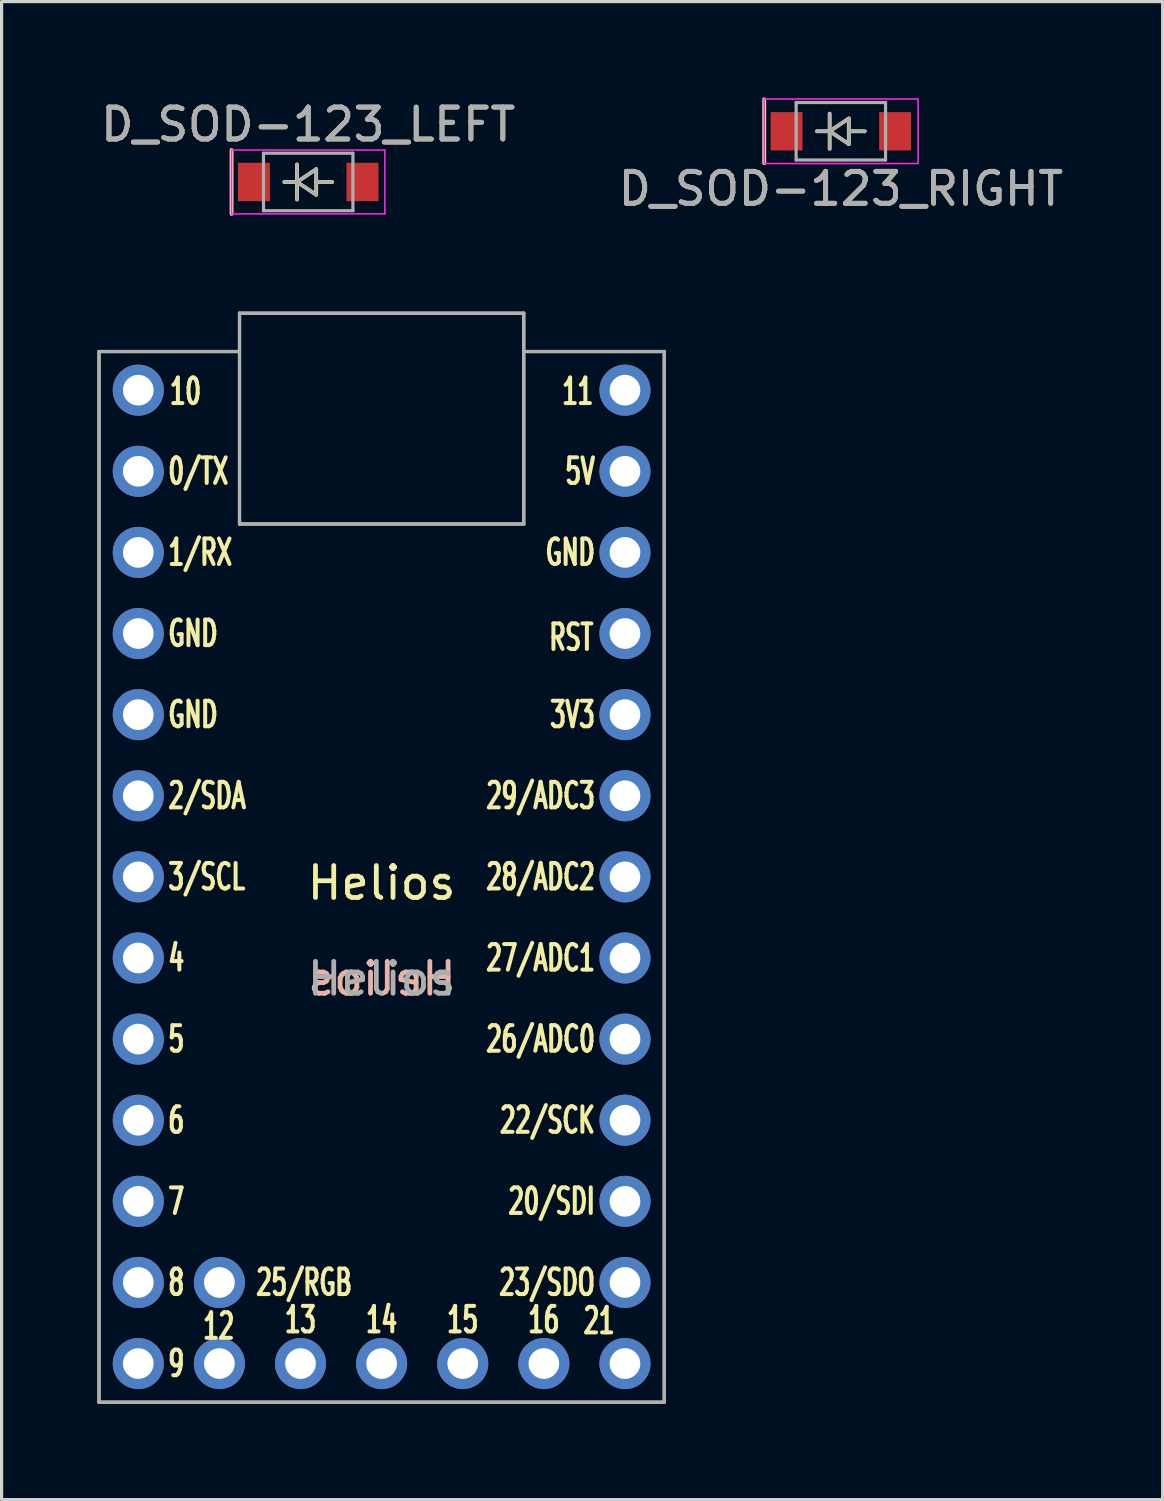
<source format=kicad_pcb>
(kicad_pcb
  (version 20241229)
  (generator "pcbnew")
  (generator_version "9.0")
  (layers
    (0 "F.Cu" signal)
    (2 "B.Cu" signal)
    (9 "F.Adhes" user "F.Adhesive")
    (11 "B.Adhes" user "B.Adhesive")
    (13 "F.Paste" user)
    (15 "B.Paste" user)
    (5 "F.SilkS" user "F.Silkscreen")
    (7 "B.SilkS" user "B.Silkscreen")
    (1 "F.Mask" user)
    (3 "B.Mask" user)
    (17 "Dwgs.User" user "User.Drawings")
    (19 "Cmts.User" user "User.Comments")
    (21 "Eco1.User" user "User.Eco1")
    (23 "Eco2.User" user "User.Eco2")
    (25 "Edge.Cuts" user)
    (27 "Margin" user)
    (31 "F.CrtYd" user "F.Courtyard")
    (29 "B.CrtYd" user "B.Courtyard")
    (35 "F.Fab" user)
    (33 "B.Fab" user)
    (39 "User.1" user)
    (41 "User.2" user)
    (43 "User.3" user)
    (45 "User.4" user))
  (footprint "D_SOD-123_RIGHT"
    (layer "F.Cu")
    (at 23.28 1.06)
    (property "Reference" "D_SOD-123_RIGHT" (at 0 1.8 0) (layer "F.SilkS") (effects (font (size 1 1) (thickness 0.15))))
    (attr smd)
    (fp_line (start -2.4 -1) (end -2.4 1) (stroke (width 0.12) (type default)) (layer "F.SilkS"))
    (fp_line (start -0.75 0) (end -0.35 0) (stroke (width 0.12) (type default)) (layer "F.SilkS"))
    (fp_line (start -0.35 -0.55) (end -0.35 0.55) (stroke (width 0.12) (type default)) (layer "F.SilkS"))
    (fp_line (start -0.35 0) (end 0.25 -0.4) (stroke (width 0.12) (type default)) (layer "F.SilkS"))
    (fp_line (start 0.25 -0.4) (end 0.25 0.4) (stroke (width 0.12) (type default)) (layer "F.SilkS"))
    (fp_line (start 0.25 0.4) (end -0.35 0) (stroke (width 0.12) (type default)) (layer "F.SilkS"))
    (fp_line (start 0.75 0) (end 0.25 0) (stroke (width 0.12) (type default)) (layer "F.SilkS"))
    (fp_rect (start -2.4 -1.01) (end 2.42 1.01) (stroke (width 0.05) (type default)) (fill no) (layer "F.CrtYd"))
    (fp_line (start -1.4 -0.9) (end 1.4 -0.9) (stroke (width 0.1) (type solid)) (layer "F.Fab"))
    (fp_line (start -1.4 0.9) (end -1.4 -0.9) (stroke (width 0.1) (type solid)) (layer "F.Fab"))
    (fp_line (start -0.75 0) (end -0.35 0) (stroke (width 0.1) (type solid)) (layer "F.Fab"))
    (fp_line (start -0.35 0) (end -0.35 -0.55) (stroke (width 0.1) (type solid)) (layer "F.Fab"))
    (fp_line (start -0.35 0) (end -0.35 0.55) (stroke (width 0.1) (type solid)) (layer "F.Fab"))
    (fp_line (start -0.35 0) (end 0.25 -0.4) (stroke (width 0.1) (type solid)) (layer "F.Fab"))
    (fp_line (start 0.25 -0.4) (end 0.25 0.4) (stroke (width 0.1) (type solid)) (layer "F.Fab"))
    (fp_line (start 0.25 0) (end 0.75 0) (stroke (width 0.1) (type solid)) (layer "F.Fab"))
    (fp_line (start 0.25 0.4) (end -0.35 0) (stroke (width 0.1) (type solid)) (layer "F.Fab"))
    (fp_line (start 1.4 -0.9) (end 1.4 0.9) (stroke (width 0.1) (type solid)) (layer "F.Fab"))
    (fp_line (start 1.4 0.9) (end -1.4 0.9) (stroke (width 0.1) (type solid)) (layer "F.Fab"))
    (fp_text user "${REFERENCE}" (at 0 1.8 0) (layer "F.Fab") (effects (font (size 1 1) (thickness 0.15))))
    (pad "1" smd rect (at -1.7 0) (size 1 1.2) (layers "F.Cu" "F.Mask" "F.Paste"))
    (pad "2" smd rect (at 1.7 0) (size 1 1.2) (layers "F.Cu" "F.Mask" "F.Paste")))
  (footprint "Helios"
    (layer "F.Cu")
    (at 8.9 24.408)
    (property "Reference" "Helios" (at 0 0.19 0) (unlocked yes) (layer "F.SilkS") (effects (font (size 1 1) (thickness 0.15))))
    (attr through_hole)
    (fp_line (start -8.85 -16.45) (end -8.85 16.45) (stroke (width 0.1) (type default)) (layer "F.SilkS"))
    (fp_line (start -8.85 -16.45) (end -4.45 -16.45) (stroke (width 0.1) (type default)) (layer "F.SilkS"))
    (fp_line (start -8.85 16.45) (end 8.85 16.45) (stroke (width 0.1) (type default)) (layer "F.SilkS"))
    (fp_line (start -4.45 -17.65) (end 4.45 -17.65) (stroke (width 0.1) (type default)) (layer "F.SilkS"))
    (fp_line (start -4.45 -11.05) (end -4.45 -17.65) (stroke (width 0.1) (type default)) (layer "F.SilkS"))
    (fp_line (start 4.45 -17.65) (end 4.45 -11.05) (stroke (width 0.1) (type default)) (layer "F.SilkS"))
    (fp_line (start 4.45 -11.05) (end -4.45 -11.05) (stroke (width 0.1) (type default)) (layer "F.SilkS"))
    (fp_line (start 8.85 -16.45) (end 4.45 -16.45) (stroke (width 0.1) (type default)) (layer "F.SilkS"))
    (fp_line (start 8.85 16.45) (end 8.85 -16.45) (stroke (width 0.1) (type default)) (layer "F.SilkS"))
    (fp_line (start -8.85 -16.45) (end -8.85 16.45) (stroke (width 0.1) (type default)) (layer "F.Fab"))
    (fp_line (start -8.85 -16.45) (end -4.45 -16.45) (stroke (width 0.1) (type default)) (layer "F.Fab"))
    (fp_line (start -8.85 16.45) (end 8.85 16.45) (stroke (width 0.1) (type default)) (layer "F.Fab"))
    (fp_line (start -4.45 -17.65) (end 4.45 -17.65) (stroke (width 0.1) (type default)) (layer "F.Fab"))
    (fp_line (start -4.45 -11.05) (end -4.45 -17.65) (stroke (width 0.1) (type default)) (layer "F.Fab"))
    (fp_line (start 4.45 -17.65) (end 4.45 -11.05) (stroke (width 0.1) (type default)) (layer "F.Fab"))
    (fp_line (start 4.45 -11.05) (end -4.45 -11.05) (stroke (width 0.1) (type default)) (layer "F.Fab"))
    (fp_line (start 8.85 -16.45) (end 4.45 -16.45) (stroke (width 0.1) (type default)) (layer "F.Fab"))
    (fp_line (start 8.85 16.45) (end 8.85 -16.45) (stroke (width 0.1) (type default)) (layer "F.Fab"))
    (fp_text user "9" (at -6.75 15.24 0) (layer "F.SilkS") (effects (font (size 0.8 0.5) (thickness 0.125)) (justify left)))
    (fp_text user "20/SDI" (at 6.75 10.16 0) (layer "F.SilkS") (effects (font (size 0.8 0.5) (thickness 0.125)) (justify right)))
    (fp_text user "3/SCL" (at -6.75 0 0) (layer "F.SilkS") (effects (font (size 0.8 0.5) (thickness 0.125)) (justify left)))
    (fp_text user "12" (at -5.1 14.07 0) (layer "F.SilkS") (effects (font (size 0.8 0.5) (thickness 0.125))))
    (fp_text user "29/ADC3" (at 6.75 -2.54 0) (layer "F.SilkS") (effects (font (size 0.8 0.5) (thickness 0.125)) (justify right)))
    (fp_text user "3V3" (at 6.75 -5.08 0) (layer "F.SilkS") (effects (font (size 0.8 0.5) (thickness 0.125)) (justify right)))
    (fp_text user "1/RX" (at -6.75 -10.16 0) (layer "F.SilkS") (effects (font (size 0.8 0.5) (thickness 0.125)) (justify left)))
    (fp_text user "22/SCK" (at 6.75 7.62 0) (layer "F.SilkS") (effects (font (size 0.8 0.5) (thickness 0.125)) (justify right)))
    (fp_text user "28/ADC2" (at 6.75 0 0) (layer "F.SilkS") (effects (font (size 0.8 0.5) (thickness 0.125)) (justify right)))
    (fp_text user "16" (at 5.08 13.87 0) (layer "F.SilkS") (effects (font (size 0.8 0.5) (thickness 0.125))))
    (fp_text user "RST" (at 6.7 -7.5 0) (layer "F.SilkS") (effects (font (size 0.8 0.5) (thickness 0.125)) (justify right)))
    (fp_text user "13" (at -2.54 13.87 0) (layer "F.SilkS") (effects (font (size 0.8 0.5) (thickness 0.125))))
    (fp_text user "15" (at 2.54 13.87 0) (layer "F.SilkS") (effects (font (size 0.8 0.5) (thickness 0.125))))
    (fp_text user "GND" (at 6.75 -10.16 0) (layer "F.SilkS") (effects (font (size 0.8 0.5) (thickness 0.125)) (justify right)))
    (fp_text user "7" (at -6.75 10.16 0) (layer "F.SilkS") (effects (font (size 0.8 0.5) (thickness 0.125)) (justify left)))
    (fp_text user "27/ADC1" (at 6.75 2.54 0) (layer "F.SilkS") (effects (font (size 0.8 0.5) (thickness 0.125)) (justify right)))
    (fp_text user "5V" (at 6.75 -12.7 0) (unlocked yes) (layer "F.SilkS") (effects (font (size 0.8 0.5) (thickness 0.125)) (justify right)))
    (fp_text user "GND" (at -6.75 -5.08 0) (layer "F.SilkS") (effects (font (size 0.8 0.5) (thickness 0.125)) (justify left)))
    (fp_text user "2/SDA" (at -6.75 -2.54 0) (layer "F.SilkS") (effects (font (size 0.8 0.5) (thickness 0.125)) (justify left)))
    (fp_text user "11" (at 6.7 -15.2 0) (unlocked yes) (layer "F.SilkS") (effects (font (size 0.8 0.5) (thickness 0.125)) (justify right)))
    (fp_text user "4" (at -6.75 2.54 0) (layer "F.SilkS") (effects (font (size 0.8 0.5) (thickness 0.125)) (justify left)))
    (fp_text user "8" (at -6.75 12.7 0) (layer "F.SilkS") (effects (font (size 0.8 0.5) (thickness 0.125)) (justify left)))
    (fp_text user "0/TX" (at -6.75 -12.7 0) (layer "F.SilkS") (effects (font (size 0.8 0.5) (thickness 0.125)) (justify left)))
    (fp_text user "5" (at -6.75 5.08 0) (layer "F.SilkS") (effects (font (size 0.8 0.5) (thickness 0.125)) (justify left)))
    (fp_text user "23/SDO" (at 6.75 12.7 0) (layer "F.SilkS") (effects (font (size 0.8 0.5) (thickness 0.125)) (justify right)))
    (fp_text user "21" (at 6.25 13.9 0) (layer "F.SilkS") (effects (font (size 0.8 0.5) (thickness 0.125)) (justify left)))
    (fp_text user "26/ADC0" (at 6.75 5.08 0) (layer "F.SilkS") (effects (font (size 0.8 0.5) (thickness 0.125)) (justify right)))
    (fp_text user "25/RGB" (at -4 12.7 0) (layer "F.SilkS") (effects (font (size 0.8 0.5) (thickness 0.125)) (justify left)))
    (fp_text user "6" (at -6.75 7.62 0) (layer "F.SilkS") (effects (font (size 0.8 0.5) (thickness 0.125)) (justify left)))
    (fp_text user "14" (at 0 13.87 0) (layer "F.SilkS") (effects (font (size 0.8 0.5) (thickness 0.125))))
    (fp_text user "GND" (at -6.75 -7.62 0) (layer "F.SilkS") (effects (font (size 0.8 0.5) (thickness 0.125)) (justify left)))
    (fp_text user "10" (at -6.7 -15.2 0) (layer "F.SilkS") (effects (font (size 0.8 0.5) (thickness 0.125)) (justify left)))
    (fp_text user "${REFERENCE}" (at 0.01 3.19 0) (unlocked yes) (layer "B.SilkS") (effects (font (size 1 1) (thickness 0.15)) (justify mirror)))
    (fp_text user "${REFERENCE}" (at 0 3.19 0) (unlocked yes) (layer "F.Fab") (effects (font (size 1 1) (thickness 0.15))))
    (pad "1" thru_hole circle (at -7.62 -15.24) (size 1.6 1.6) (drill 0.96) (layers "*.Cu" "*.Mask"))
    (pad "2" thru_hole circle (at -7.62 -12.7) (size 1.6 1.6) (drill 0.96) (layers "*.Cu" "*.Mask"))
    (pad "3" thru_hole circle (at -7.62 -10.16) (size 1.6 1.6) (drill 0.96) (layers "*.Cu" "*.Mask"))
    (pad "4" thru_hole circle (at -7.62 -7.62) (size 1.6 1.6) (drill 0.96) (layers "*.Cu" "*.Mask"))
    (pad "5" thru_hole circle (at -7.62 -5.08) (size 1.6 1.6) (drill 0.96) (layers "*.Cu" "*.Mask"))
    (pad "6" thru_hole circle (at -7.62 -2.54) (size 1.6 1.6) (drill 0.96) (layers "*.Cu" "*.Mask"))
    (pad "7" thru_hole circle (at -7.62 0) (size 1.6 1.6) (drill 0.96) (layers "*.Cu" "*.Mask"))
    (pad "8" thru_hole circle (at -7.62 2.54) (size 1.6 1.6) (drill 0.96) (layers "*.Cu" "*.Mask"))
    (pad "9" thru_hole circle (at -7.62 5.08) (size 1.6 1.6) (drill 0.96) (layers "*.Cu" "*.Mask"))
    (pad "10" thru_hole circle (at -7.62 7.62) (size 1.6 1.6) (drill 0.96) (layers "*.Cu" "*.Mask"))
    (pad "11" thru_hole circle (at -7.62 10.16) (size 1.6 1.6) (drill 0.96) (layers "*.Cu" "*.Mask"))
    (pad "12" thru_hole circle (at -7.62 12.7) (size 1.6 1.6) (drill 0.96) (layers "*.Cu" "*.Mask"))
    (pad "13" thru_hole circle (at -7.62 15.24) (size 1.6 1.6) (drill 0.96) (layers "*.Cu" "*.Mask"))
    (pad "14" thru_hole circle (at -5.08 15.24) (size 1.6 1.6) (drill 0.96) (layers "*.Cu" "*.Mask"))
    (pad "15" thru_hole circle (at -2.54 15.24) (size 1.6 1.6) (drill 0.96) (layers "*.Cu" "*.Mask"))
    (pad "16" thru_hole circle (at 0 15.24) (size 1.6 1.6) (drill 0.96) (layers "*.Cu" "*.Mask"))
    (pad "17" thru_hole circle (at 2.54 15.24) (size 1.6 1.6) (drill 0.96) (layers "*.Cu" "*.Mask"))
    (pad "18" thru_hole circle (at 5.08 15.24) (size 1.6 1.6) (drill 0.96) (layers "*.Cu" "*.Mask"))
    (pad "19" thru_hole circle (at 7.62 15.24) (size 1.6 1.6) (drill 0.96) (layers "*.Cu" "*.Mask"))
    (pad "20" thru_hole circle (at 7.62 12.7) (size 1.6 1.6) (drill 0.96) (layers "*.Cu" "*.Mask"))
    (pad "21" thru_hole circle (at 7.62 10.16) (size 1.6 1.6) (drill 0.96) (layers "*.Cu" "*.Mask"))
    (pad "22" thru_hole circle (at 7.62 7.62) (size 1.6 1.6) (drill 0.96) (layers "*.Cu" "*.Mask"))
    (pad "23" thru_hole circle (at 7.62 5.08) (size 1.6 1.6) (drill 0.96) (layers "*.Cu" "*.Mask"))
    (pad "24" thru_hole circle (at 7.62 2.54) (size 1.6 1.6) (drill 0.96) (layers "*.Cu" "*.Mask"))
    (pad "25" thru_hole circle (at 7.62 0) (size 1.6 1.6) (drill 0.96) (layers "*.Cu" "*.Mask"))
    (pad "26" thru_hole circle (at 7.62 -2.54) (size 1.6 1.6) (drill 0.96) (layers "*.Cu" "*.Mask"))
    (pad "27" thru_hole circle (at 7.62 -5.08) (size 1.6 1.6) (drill 0.96) (layers "*.Cu" "*.Mask"))
    (pad "28" thru_hole circle (at 7.62 -7.62) (size 1.6 1.6) (drill 0.96) (layers "*.Cu" "*.Mask"))
    (pad "29" thru_hole circle (at 7.62 -10.16) (size 1.6 1.6) (drill 0.96) (layers "*.Cu" "*.Mask"))
    (pad "30" thru_hole circle (at 7.62 -12.7) (size 1.6 1.6) (drill 0.96) (layers "*.Cu" "*.Mask"))
    (pad "31" thru_hole circle (at 7.62 -15.24) (size 1.6 1.6) (drill 0.96) (layers "*.Cu" "*.Mask"))
    (pad "32" thru_hole circle (at -5.08 12.7) (size 1.6 1.6) (drill 0.96) (layers "*.Cu" "*.Mask")))
  (footprint "D_SOD-123_LEFT"
    (layer "F.Cu")
    (at 6.601 2.648)
    (property "Reference" "D_SOD-123_LEFT" (at 0 -1.8 0) (unlocked yes) (layer "F.SilkS") (effects (font (size 1 1) (thickness 0.15))))
    (attr smd)
    (fp_line (start -2.4 -1) (end -2.4 1) (stroke (width 0.12) (type default)) (layer "F.SilkS"))
    (fp_line (start -0.75 0) (end -0.35 0) (stroke (width 0.12) (type default)) (layer "F.SilkS"))
    (fp_line (start -0.35 -0.55) (end -0.35 0.55) (stroke (width 0.12) (type default)) (layer "F.SilkS"))
    (fp_line (start -0.35 0) (end 0.25 -0.4) (stroke (width 0.12) (type default)) (layer "F.SilkS"))
    (fp_line (start 0.25 -0.4) (end 0.25 0.4) (stroke (width 0.12) (type default)) (layer "F.SilkS"))
    (fp_line (start 0.25 0) (end 0.75 0) (stroke (width 0.12) (type default)) (layer "F.SilkS"))
    (fp_line (start 0.25 0.4) (end -0.35 0) (stroke (width 0.12) (type default)) (layer "F.SilkS"))
    (fp_line (start -2.4 -1) (end -2.4 1) (stroke (width 0.05) (type default)) (layer "F.CrtYd"))
    (fp_line (start -2.4 -1) (end 2.4 -1) (stroke (width 0.05) (type default)) (layer "F.CrtYd"))
    (fp_line (start -2.4 1) (end 2.4 1) (stroke (width 0.05) (type default)) (layer "F.CrtYd"))
    (fp_line (start 2.4 1) (end 2.4 -1) (stroke (width 0.05) (type default)) (layer "F.CrtYd"))
    (fp_line (start -1.4 -0.9) (end 1.4 -0.9) (stroke (width 0.1) (type solid)) (layer "F.Fab"))
    (fp_line (start -1.4 0.9) (end -1.4 -0.9) (stroke (width 0.1) (type solid)) (layer "F.Fab"))
    (fp_line (start -0.75 0) (end -0.35 0) (stroke (width 0.1) (type solid)) (layer "F.Fab"))
    (fp_line (start -0.35 0) (end -0.35 -0.55) (stroke (width 0.1) (type solid)) (layer "F.Fab"))
    (fp_line (start -0.35 0) (end -0.35 0.55) (stroke (width 0.1) (type solid)) (layer "F.Fab"))
    (fp_line (start -0.35 0) (end 0.25 -0.4) (stroke (width 0.1) (type solid)) (layer "F.Fab"))
    (fp_line (start 0.25 -0.4) (end 0.25 0.4) (stroke (width 0.1) (type solid)) (layer "F.Fab"))
    (fp_line (start 0.25 0) (end 0.75 0) (stroke (width 0.1) (type solid)) (layer "F.Fab"))
    (fp_line (start 0.25 0.4) (end -0.35 0) (stroke (width 0.1) (type solid)) (layer "F.Fab"))
    (fp_line (start 1.4 -0.9) (end 1.4 0.9) (stroke (width 0.1) (type solid)) (layer "F.Fab"))
    (fp_line (start 1.4 0.9) (end -1.4 0.9) (stroke (width 0.1) (type solid)) (layer "F.Fab"))
    (fp_text user "${REFERENCE}" (at 0 -1.8 0) (unlocked yes) (layer "F.Fab") (effects (font (size 1 1) (thickness 0.15))))
    (pad "1" smd rect (at -1.7 0) (size 1 1.2) (layers "F.Cu" "F.Mask" "F.Paste"))
    (pad "2" smd rect (at 1.7 0) (size 1 1.2) (layers "F.Cu" "F.Mask" "F.Paste")))
  (gr_rect
    (start -3 -3)
    (end 33.357 43.908)
    (stroke (width 0.1) (type default))
    (fill no)
    (layer "Edge.Cuts")))
</source>
